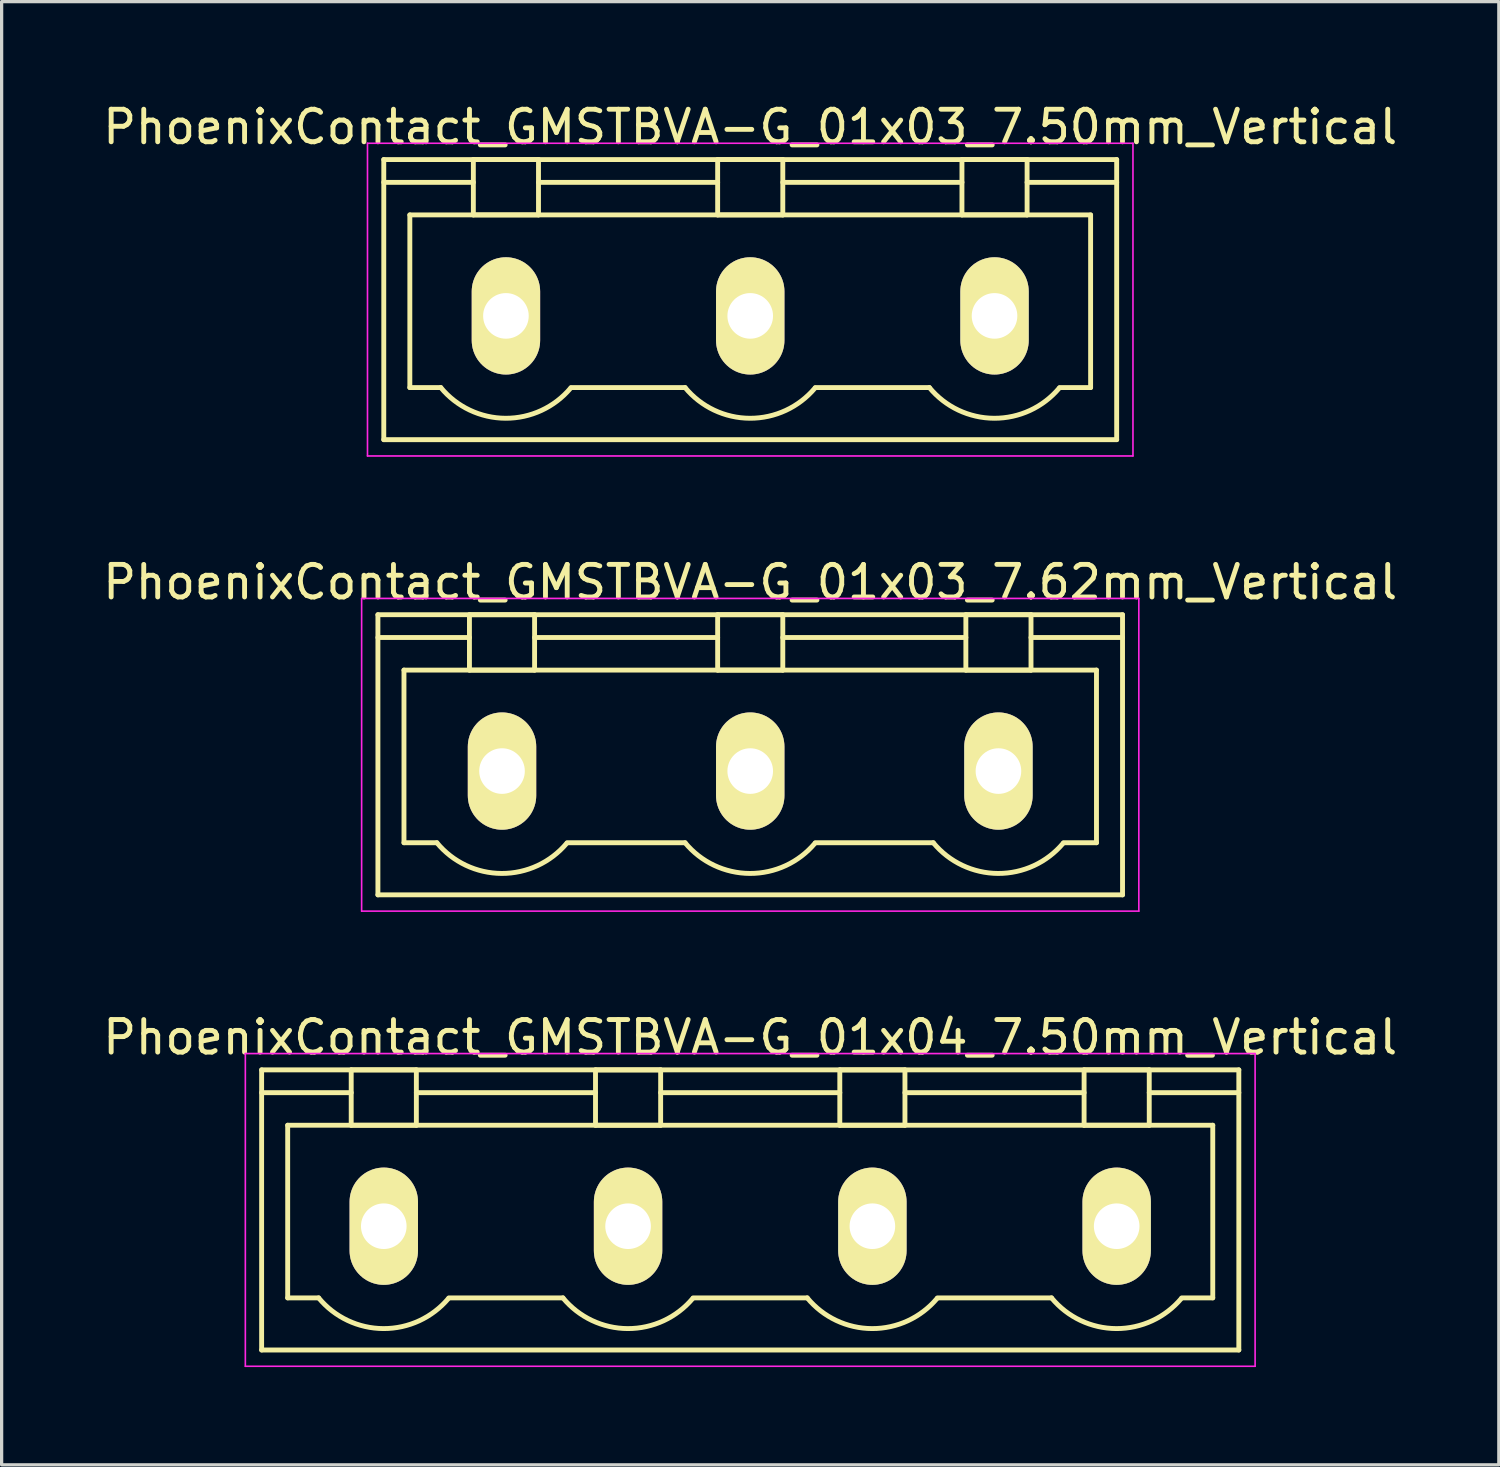
<source format=kicad_pcb>
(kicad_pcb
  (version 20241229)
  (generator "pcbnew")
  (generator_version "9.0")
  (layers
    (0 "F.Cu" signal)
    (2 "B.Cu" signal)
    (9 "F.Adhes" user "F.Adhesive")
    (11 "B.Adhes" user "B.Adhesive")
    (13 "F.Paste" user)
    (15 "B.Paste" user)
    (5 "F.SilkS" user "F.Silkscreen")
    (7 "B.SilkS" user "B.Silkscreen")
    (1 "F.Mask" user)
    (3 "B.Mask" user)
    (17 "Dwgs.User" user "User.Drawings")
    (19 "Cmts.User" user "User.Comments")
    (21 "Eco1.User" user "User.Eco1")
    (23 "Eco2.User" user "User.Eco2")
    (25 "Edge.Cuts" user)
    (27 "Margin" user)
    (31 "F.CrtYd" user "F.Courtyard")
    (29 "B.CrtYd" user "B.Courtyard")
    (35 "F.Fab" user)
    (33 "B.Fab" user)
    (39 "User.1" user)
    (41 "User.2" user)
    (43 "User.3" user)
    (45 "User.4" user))
  (footprint "PhoenixContact_GMSTBVA-G_01x04_7.50mm_Vertical"
    (layer "F.Cu")
    (at 8.732 34.595)
    (property "Reference" "PhoenixContact_GMSTBVA-G_01x04_7.50mm_Vertical" (at 11.25 -5.8 0) (layer "F.SilkS") (effects (font (size 1 1) (thickness 0.15))))
    (attr through_hole)
    (fp_line (start -3.75 -4.8) (end -3.75 3.8) (stroke (width 0.15) (type solid)) (layer "F.SilkS"))
    (fp_line (start -3.75 -4.1) (end -1 -4.1) (stroke (width 0.15) (type solid)) (layer "F.SilkS"))
    (fp_line (start -3.75 3.8) (end 26.25 3.8) (stroke (width 0.15) (type solid)) (layer "F.SilkS"))
    (fp_line (start -2.95 -3.1) (end 25.45 -3.1) (stroke (width 0.15) (type solid)) (layer "F.SilkS"))
    (fp_line (start -2.95 2.2) (end -2.95 -3.1) (stroke (width 0.15) (type solid)) (layer "F.SilkS"))
    (fp_line (start -2 2.2) (end -2.95 2.2) (stroke (width 0.15) (type solid)) (layer "F.SilkS"))
    (fp_line (start -1 -4.8) (end 1 -4.8) (stroke (width 0.15) (type solid)) (layer "F.SilkS"))
    (fp_line (start -1 -3.1) (end -1 -4.8) (stroke (width 0.15) (type solid)) (layer "F.SilkS"))
    (fp_line (start 1 -4.8) (end 1 -3.1) (stroke (width 0.15) (type solid)) (layer "F.SilkS"))
    (fp_line (start 1 -4.1) (end 6.5 -4.1) (stroke (width 0.15) (type solid)) (layer "F.SilkS"))
    (fp_line (start 1 -3.1) (end -1 -3.1) (stroke (width 0.15) (type solid)) (layer "F.SilkS"))
    (fp_line (start 2 2.2) (end 5.5 2.2) (stroke (width 0.15) (type solid)) (layer "F.SilkS"))
    (fp_line (start 6.5 -4.8) (end 8.5 -4.8) (stroke (width 0.15) (type solid)) (layer "F.SilkS"))
    (fp_line (start 6.5 -3.1) (end 6.5 -4.8) (stroke (width 0.15) (type solid)) (layer "F.SilkS"))
    (fp_line (start 8.5 -4.8) (end 8.5 -3.1) (stroke (width 0.15) (type solid)) (layer "F.SilkS"))
    (fp_line (start 8.5 -4.1) (end 14 -4.1) (stroke (width 0.15) (type solid)) (layer "F.SilkS"))
    (fp_line (start 8.5 -3.1) (end 6.5 -3.1) (stroke (width 0.15) (type solid)) (layer "F.SilkS"))
    (fp_line (start 9.5 2.2) (end 13 2.2) (stroke (width 0.15) (type solid)) (layer "F.SilkS"))
    (fp_line (start 14 -4.8) (end 16 -4.8) (stroke (width 0.15) (type solid)) (layer "F.SilkS"))
    (fp_line (start 14 -3.1) (end 14 -4.8) (stroke (width 0.15) (type solid)) (layer "F.SilkS"))
    (fp_line (start 16 -4.8) (end 16 -3.1) (stroke (width 0.15) (type solid)) (layer "F.SilkS"))
    (fp_line (start 16 -4.1) (end 21.5 -4.1) (stroke (width 0.15) (type solid)) (layer "F.SilkS"))
    (fp_line (start 16 -3.1) (end 14 -3.1) (stroke (width 0.15) (type solid)) (layer "F.SilkS"))
    (fp_line (start 17 2.2) (end 20.5 2.2) (stroke (width 0.15) (type solid)) (layer "F.SilkS"))
    (fp_line (start 21.5 -4.8) (end 23.5 -4.8) (stroke (width 0.15) (type solid)) (layer "F.SilkS"))
    (fp_line (start 21.5 -3.1) (end 21.5 -4.8) (stroke (width 0.15) (type solid)) (layer "F.SilkS"))
    (fp_line (start 23.5 -4.8) (end 23.5 -3.1) (stroke (width 0.15) (type solid)) (layer "F.SilkS"))
    (fp_line (start 23.5 -3.1) (end 21.5 -3.1) (stroke (width 0.15) (type solid)) (layer "F.SilkS"))
    (fp_line (start 25.45 -3.1) (end 25.45 2.2) (stroke (width 0.15) (type solid)) (layer "F.SilkS"))
    (fp_line (start 25.45 2.2) (end 24.5 2.2) (stroke (width 0.15) (type solid)) (layer "F.SilkS"))
    (fp_line (start 26.25 -4.8) (end -3.75 -4.8) (stroke (width 0.15) (type solid)) (layer "F.SilkS"))
    (fp_line (start 26.25 -4.1) (end 23.5 -4.1) (stroke (width 0.15) (type solid)) (layer "F.SilkS"))
    (fp_line (start 26.25 3.8) (end 26.25 -4.8) (stroke (width 0.15) (type solid)) (layer "F.SilkS"))
    (fp_arc (start 1.986842 2.215821) (mid -0.010289 3.142758) (end -2 2.2) (stroke (width 0.15) (type solid)) (layer "F.SilkS"))
    (fp_arc (start 9.486842 2.215821) (mid 7.489711 3.142758) (end 5.5 2.2) (stroke (width 0.15) (type solid)) (layer "F.SilkS"))
    (fp_arc (start 16.986842 2.215821) (mid 14.989711 3.142758) (end 13 2.2) (stroke (width 0.15) (type solid)) (layer "F.SilkS"))
    (fp_arc (start 24.486842 2.215821) (mid 22.489711 3.142758) (end 20.5 2.2) (stroke (width 0.15) (type solid)) (layer "F.SilkS"))
    (fp_line (start -4.25 -5.3) (end -4.25 4.3) (stroke (width 0.05) (type solid)) (layer "F.CrtYd"))
    (fp_line (start -4.25 4.3) (end 26.75 4.3) (stroke (width 0.05) (type solid)) (layer "F.CrtYd"))
    (fp_line (start 26.75 -5.3) (end -4.25 -5.3) (stroke (width 0.05) (type solid)) (layer "F.CrtYd"))
    (fp_line (start 26.75 4.3) (end 26.75 -5.3) (stroke (width 0.05) (type solid)) (layer "F.CrtYd"))
    (pad "1" thru_hole oval (at 0 0) (size 2.1 3.6) (drill 1.4) (layers "*.Cu" "*.Mask" "F.SilkS"))
    (pad "2" thru_hole oval (at 7.5 0) (size 2.1 3.6) (drill 1.4) (layers "*.Cu" "*.Mask" "F.SilkS"))
    (pad "3" thru_hole oval (at 15 0) (size 2.1 3.6) (drill 1.4) (layers "*.Cu" "*.Mask" "F.SilkS"))
    (pad "4" thru_hole oval (at 22.5 0) (size 2.1 3.6) (drill 1.4) (layers "*.Cu" "*.Mask" "F.SilkS")))
  (footprint "PhoenixContact_GMSTBVA-G_01x03_7.62mm_Vertical"
    (layer "F.Cu")
    (at 12.362 20.622)
    (property "Reference" "PhoenixContact_GMSTBVA-G_01x03_7.62mm_Vertical" (at 7.62 -5.8 0) (layer "F.SilkS") (effects (font (size 1 1) (thickness 0.15))))
    (attr through_hole)
    (fp_line (start -3.81 -4.8) (end -3.81 3.8) (stroke (width 0.15) (type solid)) (layer "F.SilkS"))
    (fp_line (start -3.81 -4.1) (end -1 -4.1) (stroke (width 0.15) (type solid)) (layer "F.SilkS"))
    (fp_line (start -3.81 3.8) (end 19.05 3.8) (stroke (width 0.15) (type solid)) (layer "F.SilkS"))
    (fp_line (start -3.01 -3.1) (end 18.25 -3.1) (stroke (width 0.15) (type solid)) (layer "F.SilkS"))
    (fp_line (start -3.01 2.2) (end -3.01 -3.1) (stroke (width 0.15) (type solid)) (layer "F.SilkS"))
    (fp_line (start -2 2.2) (end -3.01 2.2) (stroke (width 0.15) (type solid)) (layer "F.SilkS"))
    (fp_line (start -1 -4.8) (end 1 -4.8) (stroke (width 0.15) (type solid)) (layer "F.SilkS"))
    (fp_line (start -1 -3.1) (end -1 -4.8) (stroke (width 0.15) (type solid)) (layer "F.SilkS"))
    (fp_line (start 1 -4.8) (end 1 -3.1) (stroke (width 0.15) (type solid)) (layer "F.SilkS"))
    (fp_line (start 1 -4.1) (end 6.62 -4.1) (stroke (width 0.15) (type solid)) (layer "F.SilkS"))
    (fp_line (start 1 -3.1) (end -1 -3.1) (stroke (width 0.15) (type solid)) (layer "F.SilkS"))
    (fp_line (start 2 2.2) (end 5.62 2.2) (stroke (width 0.15) (type solid)) (layer "F.SilkS"))
    (fp_line (start 6.62 -4.8) (end 8.62 -4.8) (stroke (width 0.15) (type solid)) (layer "F.SilkS"))
    (fp_line (start 6.62 -3.1) (end 6.62 -4.8) (stroke (width 0.15) (type solid)) (layer "F.SilkS"))
    (fp_line (start 8.62 -4.8) (end 8.62 -3.1) (stroke (width 0.15) (type solid)) (layer "F.SilkS"))
    (fp_line (start 8.62 -4.1) (end 14.24 -4.1) (stroke (width 0.15) (type solid)) (layer "F.SilkS"))
    (fp_line (start 8.62 -3.1) (end 6.62 -3.1) (stroke (width 0.15) (type solid)) (layer "F.SilkS"))
    (fp_line (start 9.62 2.2) (end 13.24 2.2) (stroke (width 0.15) (type solid)) (layer "F.SilkS"))
    (fp_line (start 14.24 -4.8) (end 16.24 -4.8) (stroke (width 0.15) (type solid)) (layer "F.SilkS"))
    (fp_line (start 14.24 -3.1) (end 14.24 -4.8) (stroke (width 0.15) (type solid)) (layer "F.SilkS"))
    (fp_line (start 16.24 -4.8) (end 16.24 -3.1) (stroke (width 0.15) (type solid)) (layer "F.SilkS"))
    (fp_line (start 16.24 -3.1) (end 14.24 -3.1) (stroke (width 0.15) (type solid)) (layer "F.SilkS"))
    (fp_line (start 18.25 -3.1) (end 18.25 2.2) (stroke (width 0.15) (type solid)) (layer "F.SilkS"))
    (fp_line (start 18.25 2.2) (end 17.24 2.2) (stroke (width 0.15) (type solid)) (layer "F.SilkS"))
    (fp_line (start 19.05 -4.8) (end -3.81 -4.8) (stroke (width 0.15) (type solid)) (layer "F.SilkS"))
    (fp_line (start 19.05 -4.1) (end 16.24 -4.1) (stroke (width 0.15) (type solid)) (layer "F.SilkS"))
    (fp_line (start 19.05 3.8) (end 19.05 -4.8) (stroke (width 0.15) (type solid)) (layer "F.SilkS"))
    (fp_arc (start 1.986842 2.215821) (mid -0.010289 3.142758) (end -2 2.2) (stroke (width 0.15) (type solid)) (layer "F.SilkS"))
    (fp_arc (start 9.606842 2.215821) (mid 7.609711 3.142758) (end 5.62 2.2) (stroke (width 0.15) (type solid)) (layer "F.SilkS"))
    (fp_arc (start 17.226842 2.215821) (mid 15.229711 3.142758) (end 13.24 2.2) (stroke (width 0.15) (type solid)) (layer "F.SilkS"))
    (fp_line (start -4.31 -5.3) (end -4.31 4.3) (stroke (width 0.05) (type solid)) (layer "F.CrtYd"))
    (fp_line (start -4.31 4.3) (end 19.55 4.3) (stroke (width 0.05) (type solid)) (layer "F.CrtYd"))
    (fp_line (start 19.55 -5.3) (end -4.31 -5.3) (stroke (width 0.05) (type solid)) (layer "F.CrtYd"))
    (fp_line (start 19.55 4.3) (end 19.55 -5.3) (stroke (width 0.05) (type solid)) (layer "F.CrtYd"))
    (pad "1" thru_hole oval (at 0 0) (size 2.1 3.6) (drill 1.4) (layers "*.Cu" "*.Mask" "F.SilkS"))
    (pad "2" thru_hole oval (at 7.62 0) (size 2.1 3.6) (drill 1.4) (layers "*.Cu" "*.Mask" "F.SilkS"))
    (pad "3" thru_hole oval (at 15.24 0) (size 2.1 3.6) (drill 1.4) (layers "*.Cu" "*.Mask" "F.SilkS")))
  (footprint "PhoenixContact_GMSTBVA-G_01x03_7.50mm_Vertical"
    (layer "F.Cu")
    (at 12.482 6.648)
    (property "Reference" "PhoenixContact_GMSTBVA-G_01x03_7.50mm_Vertical" (at 7.5 -5.8 0) (layer "F.SilkS") (effects (font (size 1 1) (thickness 0.15))))
    (attr through_hole)
    (fp_line (start -3.75 -4.8) (end -3.75 3.8) (stroke (width 0.15) (type solid)) (layer "F.SilkS"))
    (fp_line (start -3.75 -4.1) (end -1 -4.1) (stroke (width 0.15) (type solid)) (layer "F.SilkS"))
    (fp_line (start -3.75 3.8) (end 18.75 3.8) (stroke (width 0.15) (type solid)) (layer "F.SilkS"))
    (fp_line (start -2.95 -3.1) (end 17.95 -3.1) (stroke (width 0.15) (type solid)) (layer "F.SilkS"))
    (fp_line (start -2.95 2.2) (end -2.95 -3.1) (stroke (width 0.15) (type solid)) (layer "F.SilkS"))
    (fp_line (start -2 2.2) (end -2.95 2.2) (stroke (width 0.15) (type solid)) (layer "F.SilkS"))
    (fp_line (start -1 -4.8) (end 1 -4.8) (stroke (width 0.15) (type solid)) (layer "F.SilkS"))
    (fp_line (start -1 -3.1) (end -1 -4.8) (stroke (width 0.15) (type solid)) (layer "F.SilkS"))
    (fp_line (start 1 -4.8) (end 1 -3.1) (stroke (width 0.15) (type solid)) (layer "F.SilkS"))
    (fp_line (start 1 -4.1) (end 6.5 -4.1) (stroke (width 0.15) (type solid)) (layer "F.SilkS"))
    (fp_line (start 1 -3.1) (end -1 -3.1) (stroke (width 0.15) (type solid)) (layer "F.SilkS"))
    (fp_line (start 2 2.2) (end 5.5 2.2) (stroke (width 0.15) (type solid)) (layer "F.SilkS"))
    (fp_line (start 6.5 -4.8) (end 8.5 -4.8) (stroke (width 0.15) (type solid)) (layer "F.SilkS"))
    (fp_line (start 6.5 -3.1) (end 6.5 -4.8) (stroke (width 0.15) (type solid)) (layer "F.SilkS"))
    (fp_line (start 8.5 -4.8) (end 8.5 -3.1) (stroke (width 0.15) (type solid)) (layer "F.SilkS"))
    (fp_line (start 8.5 -4.1) (end 14 -4.1) (stroke (width 0.15) (type solid)) (layer "F.SilkS"))
    (fp_line (start 8.5 -3.1) (end 6.5 -3.1) (stroke (width 0.15) (type solid)) (layer "F.SilkS"))
    (fp_line (start 9.5 2.2) (end 13 2.2) (stroke (width 0.15) (type solid)) (layer "F.SilkS"))
    (fp_line (start 14 -4.8) (end 16 -4.8) (stroke (width 0.15) (type solid)) (layer "F.SilkS"))
    (fp_line (start 14 -3.1) (end 14 -4.8) (stroke (width 0.15) (type solid)) (layer "F.SilkS"))
    (fp_line (start 16 -4.8) (end 16 -3.1) (stroke (width 0.15) (type solid)) (layer "F.SilkS"))
    (fp_line (start 16 -3.1) (end 14 -3.1) (stroke (width 0.15) (type solid)) (layer "F.SilkS"))
    (fp_line (start 17.95 -3.1) (end 17.95 2.2) (stroke (width 0.15) (type solid)) (layer "F.SilkS"))
    (fp_line (start 17.95 2.2) (end 17 2.2) (stroke (width 0.15) (type solid)) (layer "F.SilkS"))
    (fp_line (start 18.75 -4.8) (end -3.75 -4.8) (stroke (width 0.15) (type solid)) (layer "F.SilkS"))
    (fp_line (start 18.75 -4.1) (end 16 -4.1) (stroke (width 0.15) (type solid)) (layer "F.SilkS"))
    (fp_line (start 18.75 3.8) (end 18.75 -4.8) (stroke (width 0.15) (type solid)) (layer "F.SilkS"))
    (fp_arc (start 1.986842 2.215821) (mid -0.010289 3.142758) (end -2 2.2) (stroke (width 0.15) (type solid)) (layer "F.SilkS"))
    (fp_arc (start 9.486842 2.215821) (mid 7.489711 3.142758) (end 5.5 2.2) (stroke (width 0.15) (type solid)) (layer "F.SilkS"))
    (fp_arc (start 16.986842 2.215821) (mid 14.989711 3.142758) (end 13 2.2) (stroke (width 0.15) (type solid)) (layer "F.SilkS"))
    (fp_line (start -4.25 -5.3) (end -4.25 4.3) (stroke (width 0.05) (type solid)) (layer "F.CrtYd"))
    (fp_line (start -4.25 4.3) (end 19.25 4.3) (stroke (width 0.05) (type solid)) (layer "F.CrtYd"))
    (fp_line (start 19.25 -5.3) (end -4.25 -5.3) (stroke (width 0.05) (type solid)) (layer "F.CrtYd"))
    (fp_line (start 19.25 4.3) (end 19.25 -5.3) (stroke (width 0.05) (type solid)) (layer "F.CrtYd"))
    (pad "1" thru_hole oval (at 0 0) (size 2.1 3.6) (drill 1.4) (layers "*.Cu" "*.Mask" "F.SilkS"))
    (pad "2" thru_hole oval (at 7.5 0) (size 2.1 3.6) (drill 1.4) (layers "*.Cu" "*.Mask" "F.SilkS"))
    (pad "3" thru_hole oval (at 15 0) (size 2.1 3.6) (drill 1.4) (layers "*.Cu" "*.Mask" "F.SilkS")))
  (gr_rect
    (start -3 -3)
    (end 42.964 41.92)
    (stroke (width 0.1) (type default))
    (fill no)
    (layer "Edge.Cuts")))
</source>
